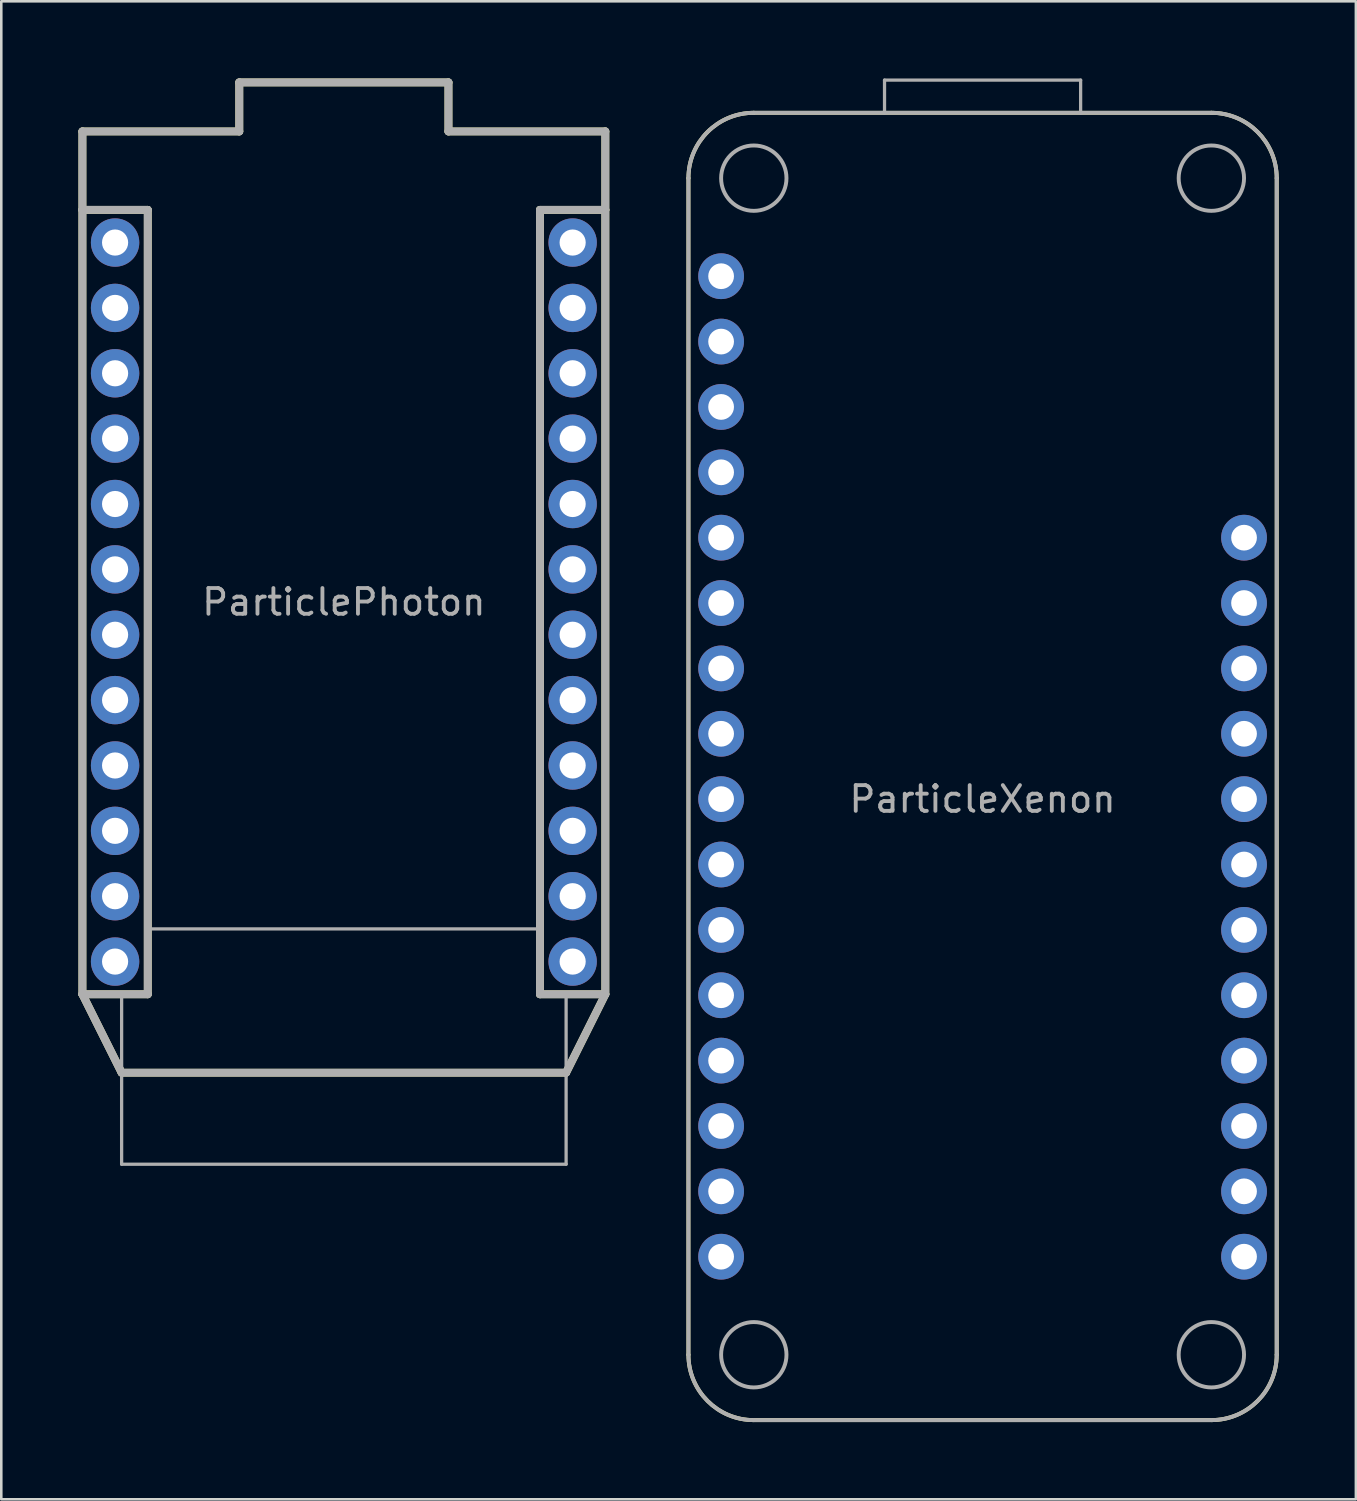
<source format=kicad_pcb>
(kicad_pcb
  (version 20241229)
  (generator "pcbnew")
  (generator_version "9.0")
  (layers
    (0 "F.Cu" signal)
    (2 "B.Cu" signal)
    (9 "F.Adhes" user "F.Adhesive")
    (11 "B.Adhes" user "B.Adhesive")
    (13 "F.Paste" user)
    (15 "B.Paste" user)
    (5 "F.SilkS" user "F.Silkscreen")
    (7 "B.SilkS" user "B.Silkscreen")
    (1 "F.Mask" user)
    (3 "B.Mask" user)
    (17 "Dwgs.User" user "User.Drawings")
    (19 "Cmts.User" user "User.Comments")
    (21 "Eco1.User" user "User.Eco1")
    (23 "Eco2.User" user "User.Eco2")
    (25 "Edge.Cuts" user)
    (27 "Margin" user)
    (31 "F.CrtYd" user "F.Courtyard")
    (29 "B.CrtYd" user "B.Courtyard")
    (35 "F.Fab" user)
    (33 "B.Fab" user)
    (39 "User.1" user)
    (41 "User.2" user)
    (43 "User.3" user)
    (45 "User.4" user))
  (footprint "ParticlePhoton"
    (layer "F.Cu")
    (at 10.312 19.075)
    (property "Reference" "ParticlePhoton" (at 0 1.27 0) (layer "F.Fab") (effects (font (size 1 1) (thickness 0.15))))
    (attr through_hole)
    (fp_line (start -10.16 -17.018) (end -10.16 -13.97) (stroke (width 0.305) (type solid)) (layer "F.SilkS"))
    (fp_line (start -10.16 -17.018) (end -4.064 -17.018) (stroke (width 0.305) (type solid)) (layer "F.SilkS"))
    (fp_line (start -10.16 -13.97) (end -10.16 16.51) (stroke (width 0.305) (type solid)) (layer "F.SilkS"))
    (fp_line (start -10.16 16.51) (end -8.636 19.558) (stroke (width 0.305) (type solid)) (layer "F.SilkS"))
    (fp_line (start -10.16 16.51) (end -7.62 16.51) (stroke (width 0.305) (type solid)) (layer "F.SilkS"))
    (fp_line (start -8.636 19.558) (end 8.636 19.558) (stroke (width 0.305) (type solid)) (layer "F.SilkS"))
    (fp_line (start -7.62 -13.97) (end -10.16 -13.97) (stroke (width 0.305) (type solid)) (layer "F.SilkS"))
    (fp_line (start -7.62 16.51) (end -7.62 -13.97) (stroke (width 0.305) (type solid)) (layer "F.SilkS"))
    (fp_line (start -4.064 -18.923) (end -4.064 -17.018) (stroke (width 0.305) (type solid)) (layer "F.SilkS"))
    (fp_line (start 4.064 -18.923) (end -4.064 -18.923) (stroke (width 0.305) (type solid)) (layer "F.SilkS"))
    (fp_line (start 4.064 -17.018) (end 4.064 -18.923) (stroke (width 0.305) (type solid)) (layer "F.SilkS"))
    (fp_line (start 4.064 -17.018) (end 10.16 -17.018) (stroke (width 0.305) (type solid)) (layer "F.SilkS"))
    (fp_line (start 7.62 -13.97) (end 10.16 -13.97) (stroke (width 0.305) (type solid)) (layer "F.SilkS"))
    (fp_line (start 7.62 16.51) (end 7.62 -13.97) (stroke (width 0.305) (type solid)) (layer "F.SilkS"))
    (fp_line (start 8.636 19.558) (end 10.16 16.51) (stroke (width 0.305) (type solid)) (layer "F.SilkS"))
    (fp_line (start 10.16 -13.97) (end 10.16 -17.018) (stroke (width 0.305) (type solid)) (layer "F.SilkS"))
    (fp_line (start 10.16 -13.97) (end 10.16 16.51) (stroke (width 0.305) (type solid)) (layer "F.SilkS"))
    (fp_line (start 10.16 16.51) (end 7.62 16.51) (stroke (width 0.305) (type solid)) (layer "F.SilkS"))
    (fp_line (start -10.16 -17.018) (end -4.064 -17.018) (stroke (width 0.305) (type solid)) (layer "F.Fab"))
    (fp_line (start -10.16 -13.97) (end -10.16 -17.018) (stroke (width 0.305) (type solid)) (layer "F.Fab"))
    (fp_line (start -10.16 -13.97) (end -7.62 -13.97) (stroke (width 0.305) (type solid)) (layer "F.Fab"))
    (fp_line (start -10.16 16.51) (end -10.16 -13.97) (stroke (width 0.305) (type solid)) (layer "F.Fab"))
    (fp_line (start -10.16 16.51) (end -8.636 19.558) (stroke (width 0.305) (type solid)) (layer "F.Fab"))
    (fp_line (start -8.636 16.51) (end -8.636 23.114) (stroke (width 0.127) (type solid)) (layer "F.Fab"))
    (fp_line (start -8.636 19.558) (end 8.636 19.558) (stroke (width 0.305) (type solid)) (layer "F.Fab"))
    (fp_line (start -8.636 23.114) (end 8.636 23.114) (stroke (width 0.127) (type solid)) (layer "F.Fab"))
    (fp_line (start -7.62 -13.97) (end -7.62 16.51) (stroke (width 0.305) (type solid)) (layer "F.Fab"))
    (fp_line (start -7.62 13.97) (end -7.62 16.51) (stroke (width 0.127) (type solid)) (layer "F.Fab"))
    (fp_line (start -7.62 16.51) (end -10.16 16.51) (stroke (width 0.305) (type solid)) (layer "F.Fab"))
    (fp_line (start -7.62 16.51) (end -8.636 16.51) (stroke (width 0.127) (type solid)) (layer "F.Fab"))
    (fp_line (start -4.064 -18.923) (end 4.064 -18.923) (stroke (width 0.305) (type solid)) (layer "F.Fab"))
    (fp_line (start -4.064 -17.018) (end -4.064 -18.923) (stroke (width 0.305) (type solid)) (layer "F.Fab"))
    (fp_line (start 4.064 -18.923) (end 4.064 -17.018) (stroke (width 0.305) (type solid)) (layer "F.Fab"))
    (fp_line (start 4.064 -17.018) (end 10.16 -17.018) (stroke (width 0.305) (type solid)) (layer "F.Fab"))
    (fp_line (start 7.62 -13.97) (end 10.16 -13.97) (stroke (width 0.305) (type solid)) (layer "F.Fab"))
    (fp_line (start 7.62 13.97) (end -7.62 13.97) (stroke (width 0.127) (type solid)) (layer "F.Fab"))
    (fp_line (start 7.62 16.51) (end 7.62 -13.97) (stroke (width 0.305) (type solid)) (layer "F.Fab"))
    (fp_line (start 7.62 16.51) (end 7.62 13.97) (stroke (width 0.127) (type solid)) (layer "F.Fab"))
    (fp_line (start 8.636 16.51) (end 7.62 16.51) (stroke (width 0.127) (type solid)) (layer "F.Fab"))
    (fp_line (start 8.636 19.558) (end 10.16 16.51) (stroke (width 0.305) (type solid)) (layer "F.Fab"))
    (fp_line (start 8.636 23.114) (end 8.636 16.51) (stroke (width 0.127) (type solid)) (layer "F.Fab"))
    (fp_line (start 10.16 -17.018) (end 10.16 -13.97) (stroke (width 0.305) (type solid)) (layer "F.Fab"))
    (fp_line (start 10.16 -13.97) (end 10.16 16.51) (stroke (width 0.305) (type solid)) (layer "F.Fab"))
    (fp_line (start 10.16 16.51) (end 7.62 16.51) (stroke (width 0.305) (type solid)) (layer "F.Fab"))
    (fp_poly (pts (xy -9.144 -12.954) (xy -8.636 -12.954) (xy -8.636 -12.446) (xy -9.144 -12.446)) (stroke (width 0.01) (type solid)) (fill no) (layer "F.Fab"))
    (fp_poly (pts (xy -9.144 -10.414) (xy -8.636 -10.414) (xy -8.636 -9.906) (xy -9.144 -9.906)) (stroke (width 0.01) (type solid)) (fill no) (layer "F.Fab"))
    (fp_poly (pts (xy -9.144 -7.874) (xy -8.636 -7.874) (xy -8.636 -7.366) (xy -9.144 -7.366)) (stroke (width 0.01) (type solid)) (fill no) (layer "F.Fab"))
    (fp_poly (pts (xy -9.144 -5.334) (xy -8.636 -5.334) (xy -8.636 -4.826) (xy -9.144 -4.826)) (stroke (width 0.01) (type solid)) (fill no) (layer "F.Fab"))
    (fp_poly (pts (xy -9.144 -2.794) (xy -8.636 -2.794) (xy -8.636 -2.286) (xy -9.144 -2.286)) (stroke (width 0.01) (type solid)) (fill no) (layer "F.Fab"))
    (fp_poly (pts (xy -9.144 -0.254) (xy -8.636 -0.254) (xy -8.636 0.254) (xy -9.144 0.254)) (stroke (width 0.01) (type solid)) (fill no) (layer "F.Fab"))
    (fp_poly (pts (xy -9.144 2.286) (xy -8.636 2.286) (xy -8.636 2.794) (xy -9.144 2.794)) (stroke (width 0.01) (type solid)) (fill no) (layer "F.Fab"))
    (fp_poly (pts (xy -9.144 4.826) (xy -8.636 4.826) (xy -8.636 5.334) (xy -9.144 5.334)) (stroke (width 0.01) (type solid)) (fill no) (layer "F.Fab"))
    (fp_poly (pts (xy -9.144 7.366) (xy -8.636 7.366) (xy -8.636 7.874) (xy -9.144 7.874)) (stroke (width 0.01) (type solid)) (fill no) (layer "F.Fab"))
    (fp_poly (pts (xy -9.144 9.906) (xy -8.636 9.906) (xy -8.636 10.414) (xy -9.144 10.414)) (stroke (width 0.01) (type solid)) (fill no) (layer "F.Fab"))
    (fp_poly (pts (xy -9.144 12.446) (xy -8.636 12.446) (xy -8.636 12.954) (xy -9.144 12.954)) (stroke (width 0.01) (type solid)) (fill no) (layer "F.Fab"))
    (fp_poly (pts (xy -9.144 14.986) (xy -8.636 14.986) (xy -8.636 15.494) (xy -9.144 15.494)) (stroke (width 0.01) (type solid)) (fill no) (layer "F.Fab"))
    (fp_poly (pts (xy 8.636 -12.954) (xy 9.144 -12.954) (xy 9.144 -12.446) (xy 8.636 -12.446)) (stroke (width 0.01) (type solid)) (fill no) (layer "F.Fab"))
    (fp_poly (pts (xy 8.636 -10.414) (xy 9.144 -10.414) (xy 9.144 -9.906) (xy 8.636 -9.906)) (stroke (width 0.01) (type solid)) (fill no) (layer "F.Fab"))
    (fp_poly (pts (xy 8.636 -7.874) (xy 9.144 -7.874) (xy 9.144 -7.366) (xy 8.636 -7.366)) (stroke (width 0.01) (type solid)) (fill no) (layer "F.Fab"))
    (fp_poly (pts (xy 8.636 -5.334) (xy 9.144 -5.334) (xy 9.144 -4.826) (xy 8.636 -4.826)) (stroke (width 0.01) (type solid)) (fill no) (layer "F.Fab"))
    (fp_poly (pts (xy 8.636 -2.794) (xy 9.144 -2.794) (xy 9.144 -2.286) (xy 8.636 -2.286)) (stroke (width 0.01) (type solid)) (fill no) (layer "F.Fab"))
    (fp_poly (pts (xy 8.636 -0.254) (xy 9.144 -0.254) (xy 9.144 0.254) (xy 8.636 0.254)) (stroke (width 0.01) (type solid)) (fill no) (layer "F.Fab"))
    (fp_poly (pts (xy 8.636 2.286) (xy 9.144 2.286) (xy 9.144 2.794) (xy 8.636 2.794)) (stroke (width 0.01) (type solid)) (fill no) (layer "F.Fab"))
    (fp_poly (pts (xy 8.636 4.826) (xy 9.144 4.826) (xy 9.144 5.334) (xy 8.636 5.334)) (stroke (width 0.01) (type solid)) (fill no) (layer "F.Fab"))
    (fp_poly (pts (xy 8.636 7.366) (xy 9.144 7.366) (xy 9.144 7.874) (xy 8.636 7.874)) (stroke (width 0.01) (type solid)) (fill no) (layer "F.Fab"))
    (fp_poly (pts (xy 8.636 9.906) (xy 9.144 9.906) (xy 9.144 10.414) (xy 8.636 10.414)) (stroke (width 0.01) (type solid)) (fill no) (layer "F.Fab"))
    (fp_poly (pts (xy 8.636 12.446) (xy 9.144 12.446) (xy 9.144 12.954) (xy 8.636 12.954)) (stroke (width 0.01) (type solid)) (fill no) (layer "F.Fab"))
    (fp_poly (pts (xy 8.636 14.986) (xy 9.144 14.986) (xy 9.144 15.494) (xy 8.636 15.494)) (stroke (width 0.01) (type solid)) (fill no) (layer "F.Fab"))
    (pad "1" thru_hole circle (at -8.89 -12.7) (size 1.88 1.88) (drill 1.016) (layers "*.Cu" "*.Mask"))
    (pad "2" thru_hole circle (at -8.89 -10.16) (size 1.88 1.88) (drill 1.016) (layers "*.Cu" "*.Mask"))
    (pad "3" thru_hole circle (at -8.89 -7.62) (size 1.88 1.88) (drill 1.016) (layers "*.Cu" "*.Mask"))
    (pad "4" thru_hole circle (at -8.89 -5.08) (size 1.88 1.88) (drill 1.016) (layers "*.Cu" "*.Mask"))
    (pad "5" thru_hole circle (at -8.89 -2.54) (size 1.88 1.88) (drill 1.016) (layers "*.Cu" "*.Mask"))
    (pad "6" thru_hole circle (at -8.89 0) (size 1.88 1.88) (drill 1.016) (layers "*.Cu" "*.Mask"))
    (pad "7" thru_hole circle (at -8.89 2.54) (size 1.88 1.88) (drill 1.016) (layers "*.Cu" "*.Mask"))
    (pad "8" thru_hole circle (at -8.89 5.08) (size 1.88 1.88) (drill 1.016) (layers "*.Cu" "*.Mask"))
    (pad "9" thru_hole circle (at -8.89 7.62) (size 1.88 1.88) (drill 1.016) (layers "*.Cu" "*.Mask"))
    (pad "10" thru_hole circle (at -8.89 10.16) (size 1.88 1.88) (drill 1.016) (layers "*.Cu" "*.Mask"))
    (pad "11" thru_hole circle (at -8.89 12.7) (size 1.88 1.88) (drill 1.016) (layers "*.Cu" "*.Mask"))
    (pad "12" thru_hole circle (at -8.89 15.24) (size 1.88 1.88) (drill 1.016) (layers "*.Cu" "*.Mask"))
    (pad "13" thru_hole circle (at 8.89 15.24) (size 1.88 1.88) (drill 1.016) (layers "*.Cu" "*.Mask"))
    (pad "14" thru_hole circle (at 8.89 12.7) (size 1.88 1.88) (drill 1.016) (layers "*.Cu" "*.Mask"))
    (pad "15" thru_hole circle (at 8.89 10.16) (size 1.88 1.88) (drill 1.016) (layers "*.Cu" "*.Mask"))
    (pad "16" thru_hole circle (at 8.89 7.62) (size 1.88 1.88) (drill 1.016) (layers "*.Cu" "*.Mask"))
    (pad "17" thru_hole circle (at 8.89 5.08) (size 1.88 1.88) (drill 1.016) (layers "*.Cu" "*.Mask"))
    (pad "18" thru_hole circle (at 8.89 2.54) (size 1.88 1.88) (drill 1.016) (layers "*.Cu" "*.Mask"))
    (pad "19" thru_hole circle (at 8.89 0) (size 1.88 1.88) (drill 1.016) (layers "*.Cu" "*.Mask"))
    (pad "20" thru_hole circle (at 8.89 -2.54) (size 1.88 1.88) (drill 1.016) (layers "*.Cu" "*.Mask"))
    (pad "21" thru_hole circle (at 8.89 -5.08) (size 1.88 1.88) (drill 1.016) (layers "*.Cu" "*.Mask"))
    (pad "22" thru_hole circle (at 8.89 -7.62) (size 1.88 1.88) (drill 1.016) (layers "*.Cu" "*.Mask"))
    (pad "23" thru_hole circle (at 8.89 -10.16) (size 1.88 1.88) (drill 1.016) (layers "*.Cu" "*.Mask"))
    (pad "24" thru_hole circle (at 8.89 -12.7) (size 1.88 1.88) (drill 1.016) (layers "*.Cu" "*.Mask")))
  (footprint "ParticleXenon"
    (layer "F.Cu")
    (at 35.131 26.733)
    (property "Reference" "ParticleXenon" (at 0 1.27 0) (layer "F.Fab") (effects (font (size 1 1) (thickness 0.15))))
    (attr through_hole)
    (fp_line (start -11.43 -22.86) (end -11.43 22.86) (stroke (width 0.152) (type solid)) (layer "F.SilkS"))
    (fp_line (start -8.89 25.4) (end 8.89 25.4) (stroke (width 0.152) (type solid)) (layer "F.SilkS"))
    (fp_line (start 8.89 -25.4) (end -8.89 -25.4) (stroke (width 0.152) (type solid)) (layer "F.SilkS"))
    (fp_line (start 11.43 22.86) (end 11.43 -22.86) (stroke (width 0.152) (type solid)) (layer "F.SilkS"))
    (fp_arc (start -11.43 -22.86) (mid -10.686051 -24.656051) (end -8.89 -25.4) (stroke (width 0.1524) (type solid)) (layer "F.SilkS"))
    (fp_arc (start -8.89 25.4) (mid -10.686051 24.656051) (end -11.43 22.86) (stroke (width 0.1524) (type solid)) (layer "F.SilkS"))
    (fp_arc (start 8.89 -25.4) (mid 10.686051 -24.656051) (end 11.43 -22.86) (stroke (width 0.1524) (type solid)) (layer "F.SilkS"))
    (fp_arc (start 11.43 22.86) (mid 10.686051 24.656051) (end 8.89 25.4) (stroke (width 0.1524) (type solid)) (layer "F.SilkS"))
    (fp_line (start -11.43 22.86) (end -11.43 -22.86) (stroke (width 0.152) (type solid)) (layer "F.Fab"))
    (fp_line (start -8.89 -25.4) (end -3.81 -25.4) (stroke (width 0.152) (type solid)) (layer "F.Fab"))
    (fp_line (start -3.81 -26.67) (end 3.81 -26.67) (stroke (width 0.127) (type solid)) (layer "F.Fab"))
    (fp_line (start -3.81 -25.4) (end -3.81 -26.67) (stroke (width 0.127) (type solid)) (layer "F.Fab"))
    (fp_line (start -3.81 -25.4) (end 3.81 -25.4) (stroke (width 0.152) (type solid)) (layer "F.Fab"))
    (fp_line (start 3.81 -26.67) (end 3.81 -25.4) (stroke (width 0.127) (type solid)) (layer "F.Fab"))
    (fp_line (start 3.81 -25.4) (end 8.89 -25.4) (stroke (width 0.152) (type solid)) (layer "F.Fab"))
    (fp_line (start 8.89 25.4) (end -8.89 25.4) (stroke (width 0.152) (type solid)) (layer "F.Fab"))
    (fp_line (start 11.43 -22.86) (end 11.43 22.86) (stroke (width 0.152) (type solid)) (layer "F.Fab"))
    (fp_arc (start -11.43 -22.86) (mid -10.686051 -24.656051) (end -8.89 -25.4) (stroke (width 0.1524) (type solid)) (layer "F.Fab"))
    (fp_arc (start -8.89 25.4) (mid -10.686051 24.656051) (end -11.43 22.86) (stroke (width 0.1524) (type solid)) (layer "F.Fab"))
    (fp_arc (start 8.89 -25.4) (mid 10.686051 -24.656051) (end 11.43 -22.86) (stroke (width 0.1524) (type solid)) (layer "F.Fab"))
    (fp_arc (start 11.43 22.86) (mid 10.686051 24.656051) (end 8.89 25.4) (stroke (width 0.1524) (type solid)) (layer "F.Fab"))
    (fp_circle (center -8.89 -22.86) (end -7.62 -22.86) (stroke (width 0.152) (type solid)) (fill no) (layer "F.Fab"))
    (fp_circle (center -8.89 22.86) (end -7.62 22.86) (stroke (width 0.152) (type solid)) (fill no) (layer "F.Fab"))
    (fp_circle (center 8.89 -22.86) (end 10.16 -22.86) (stroke (width 0.152) (type solid)) (fill no) (layer "F.Fab"))
    (fp_circle (center 8.89 22.86) (end 10.16 22.86) (stroke (width 0.152) (type solid)) (fill no) (layer "F.Fab"))
    (pad "1" thru_hole circle (at -10.16 -19.05) (size 1.778 1.778) (drill 1) (layers "*.Cu" "*.Mask"))
    (pad "2" thru_hole circle (at -10.16 -16.51) (size 1.778 1.778) (drill 1) (layers "*.Cu" "*.Mask"))
    (pad "3" thru_hole circle (at -10.16 -13.97) (size 1.778 1.778) (drill 1) (layers "*.Cu" "*.Mask"))
    (pad "4" thru_hole circle (at -10.16 -11.43) (size 1.778 1.778) (drill 1) (layers "*.Cu" "*.Mask"))
    (pad "5" thru_hole circle (at -10.16 -8.89) (size 1.778 1.778) (drill 1) (layers "*.Cu" "*.Mask"))
    (pad "6" thru_hole circle (at -10.16 -6.35) (size 1.778 1.778) (drill 1) (layers "*.Cu" "*.Mask"))
    (pad "7" thru_hole circle (at -10.16 -3.81) (size 1.778 1.778) (drill 1) (layers "*.Cu" "*.Mask"))
    (pad "8" thru_hole circle (at -10.16 -1.27) (size 1.778 1.778) (drill 1) (layers "*.Cu" "*.Mask"))
    (pad "9" thru_hole circle (at -10.16 1.27) (size 1.778 1.778) (drill 1) (layers "*.Cu" "*.Mask"))
    (pad "10" thru_hole circle (at -10.16 3.81) (size 1.778 1.778) (drill 1) (layers "*.Cu" "*.Mask"))
    (pad "11" thru_hole circle (at -10.16 6.35) (size 1.778 1.778) (drill 1) (layers "*.Cu" "*.Mask"))
    (pad "12" thru_hole circle (at -10.16 8.89) (size 1.778 1.778) (drill 1) (layers "*.Cu" "*.Mask"))
    (pad "13" thru_hole circle (at -10.16 11.43) (size 1.778 1.778) (drill 1) (layers "*.Cu" "*.Mask"))
    (pad "14" thru_hole circle (at -10.16 13.97) (size 1.778 1.778) (drill 1) (layers "*.Cu" "*.Mask"))
    (pad "15" thru_hole circle (at -10.16 16.51) (size 1.778 1.778) (drill 1) (layers "*.Cu" "*.Mask"))
    (pad "16" thru_hole circle (at -10.16 19.05) (size 1.778 1.778) (drill 1) (layers "*.Cu" "*.Mask"))
    (pad "17" thru_hole circle (at 10.16 19.05) (size 1.778 1.778) (drill 1) (layers "*.Cu" "*.Mask"))
    (pad "18" thru_hole circle (at 10.16 16.51) (size 1.778 1.778) (drill 1) (layers "*.Cu" "*.Mask"))
    (pad "19" thru_hole circle (at 10.16 13.97) (size 1.778 1.778) (drill 1) (layers "*.Cu" "*.Mask"))
    (pad "20" thru_hole circle (at 10.16 11.43) (size 1.778 1.778) (drill 1) (layers "*.Cu" "*.Mask"))
    (pad "21" thru_hole circle (at 10.16 8.89) (size 1.778 1.778) (drill 1) (layers "*.Cu" "*.Mask"))
    (pad "22" thru_hole circle (at 10.16 6.35) (size 1.778 1.778) (drill 1) (layers "*.Cu" "*.Mask"))
    (pad "23" thru_hole circle (at 10.16 3.81) (size 1.778 1.778) (drill 1) (layers "*.Cu" "*.Mask"))
    (pad "24" thru_hole circle (at 10.16 1.27) (size 1.778 1.778) (drill 1) (layers "*.Cu" "*.Mask"))
    (pad "25" thru_hole circle (at 10.16 -1.27) (size 1.778 1.778) (drill 1) (layers "*.Cu" "*.Mask"))
    (pad "26" thru_hole circle (at 10.16 -3.81) (size 1.778 1.778) (drill 1) (layers "*.Cu" "*.Mask"))
    (pad "27" thru_hole circle (at 10.16 -6.35) (size 1.778 1.778) (drill 1) (layers "*.Cu" "*.Mask"))
    (pad "28" thru_hole circle (at 10.16 -8.89) (size 1.778 1.778) (drill 1) (layers "*.Cu" "*.Mask")))
  (gr_rect
    (start -3 -3)
    (end 49.637 55.21)
    (stroke (width 0.1) (type default))
    (fill no)
    (layer "Edge.Cuts")))
</source>
